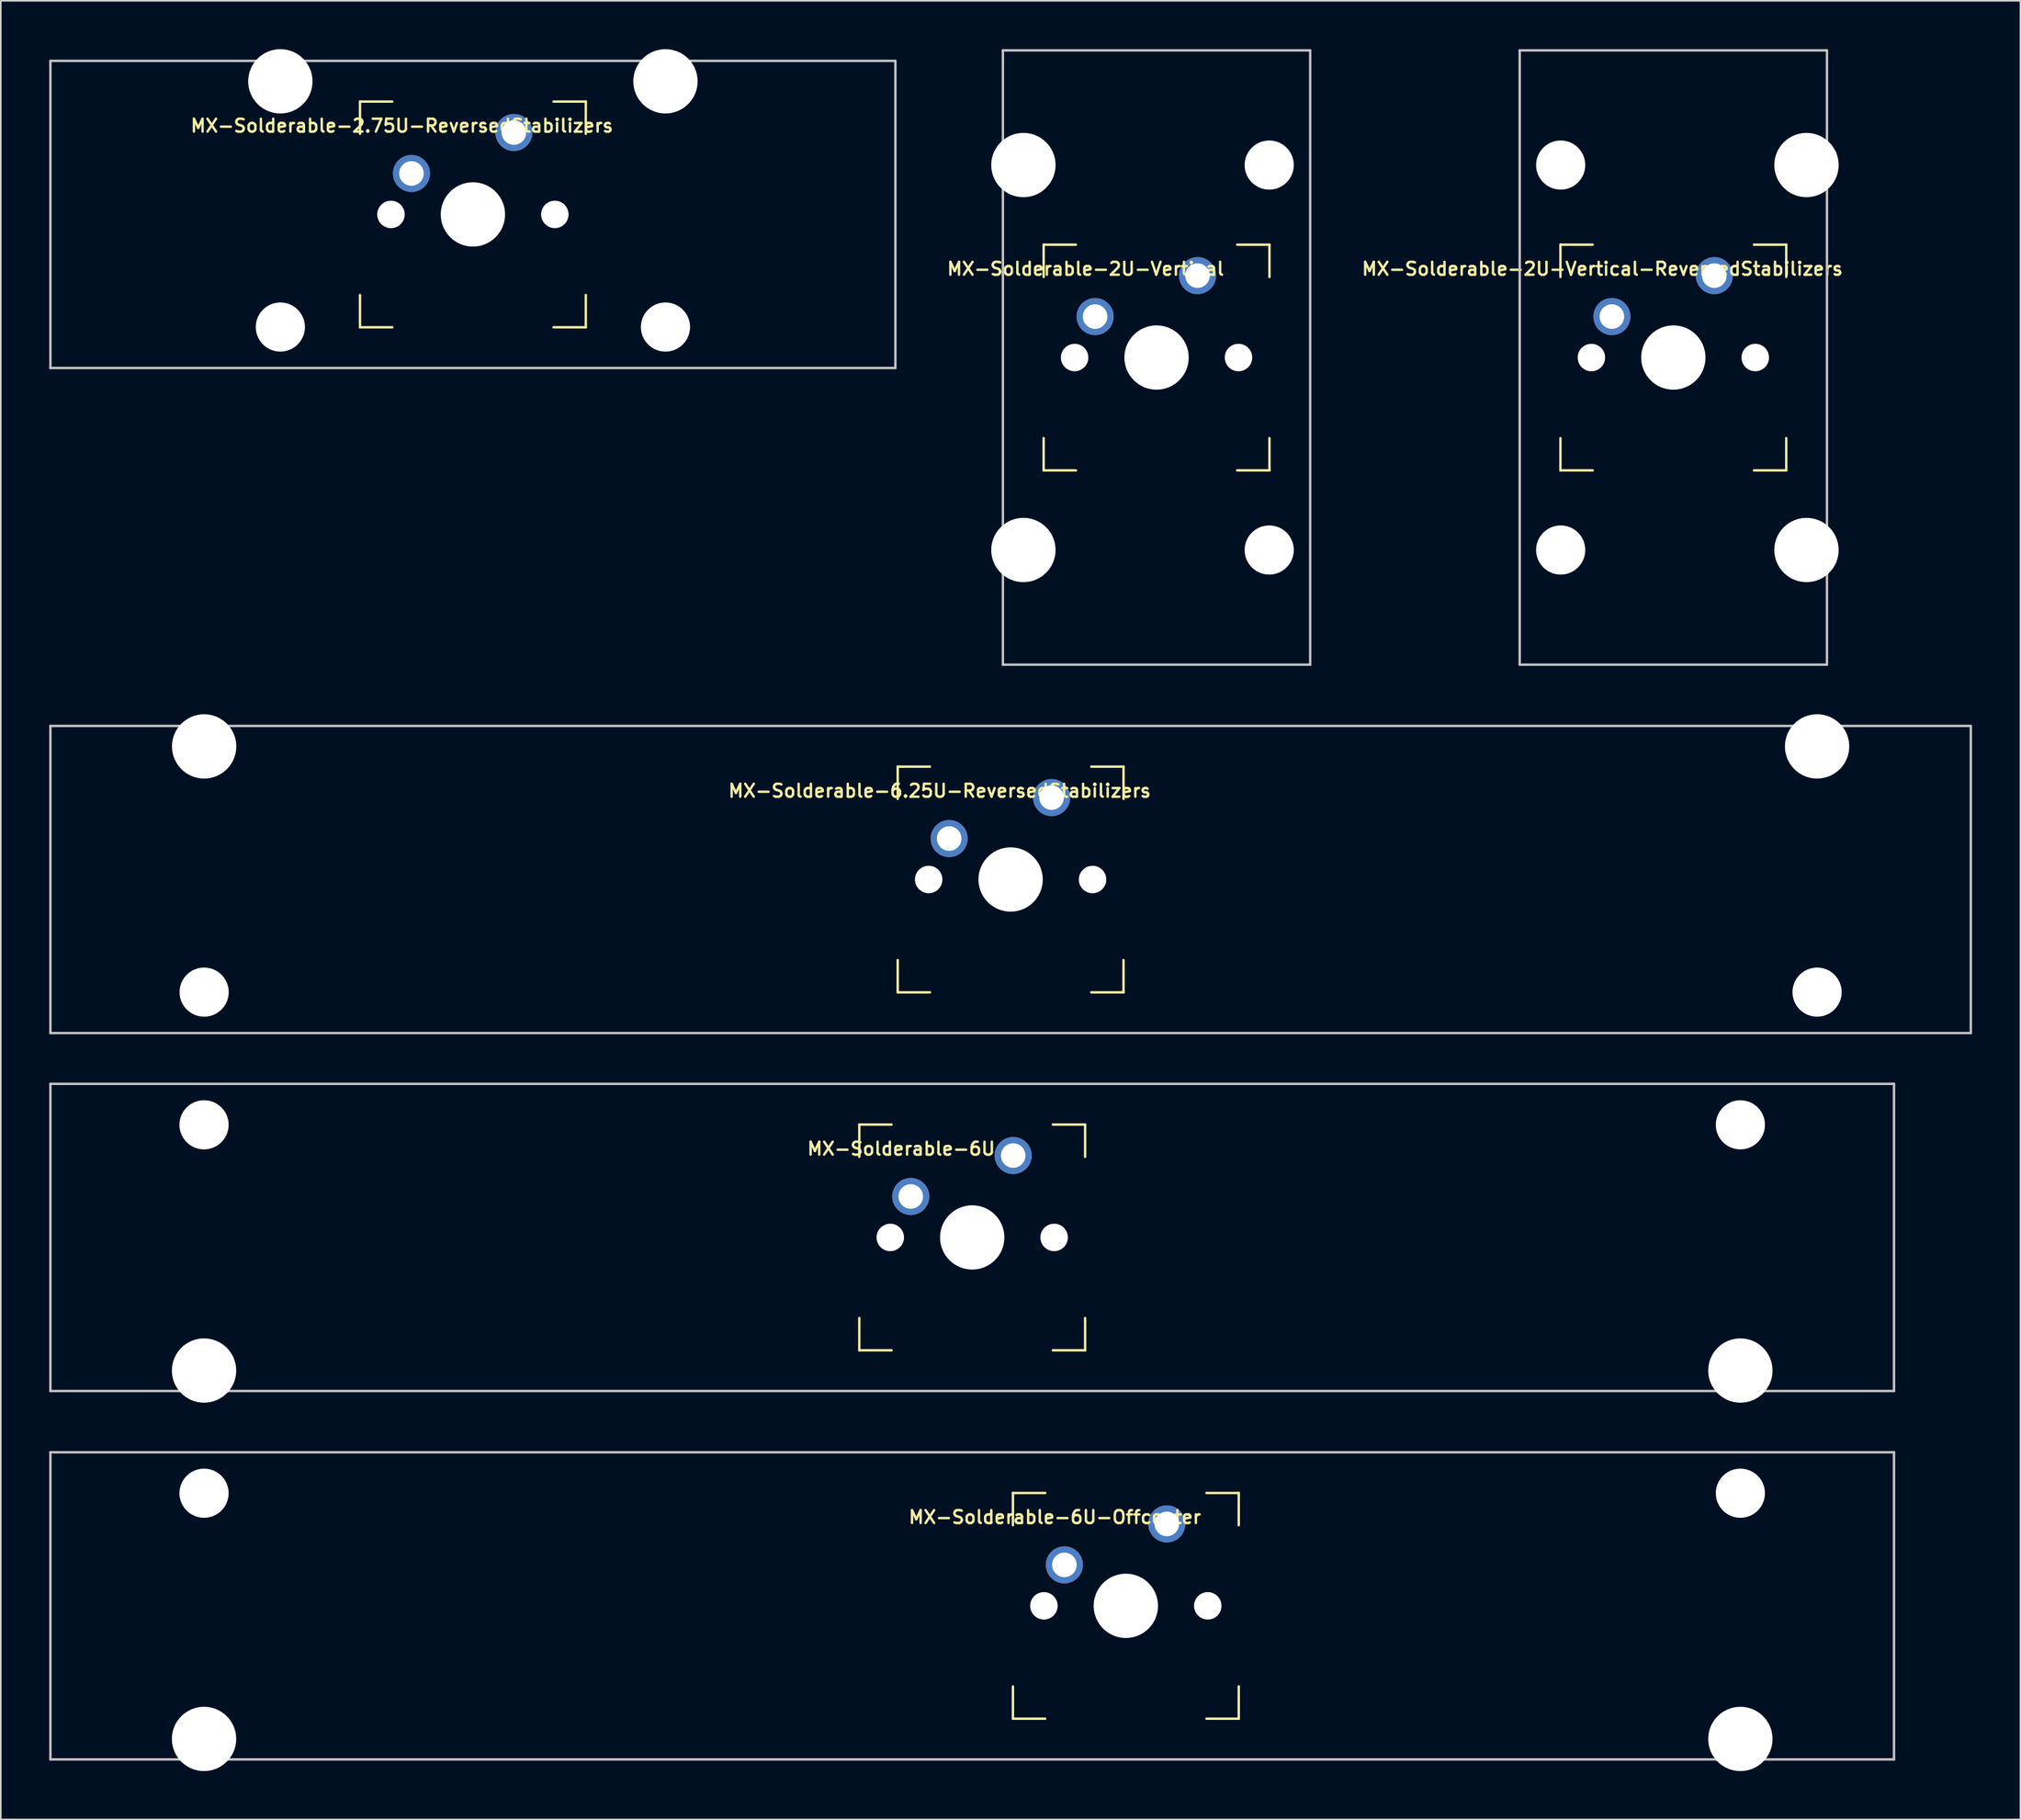
<source format=kicad_pcb>
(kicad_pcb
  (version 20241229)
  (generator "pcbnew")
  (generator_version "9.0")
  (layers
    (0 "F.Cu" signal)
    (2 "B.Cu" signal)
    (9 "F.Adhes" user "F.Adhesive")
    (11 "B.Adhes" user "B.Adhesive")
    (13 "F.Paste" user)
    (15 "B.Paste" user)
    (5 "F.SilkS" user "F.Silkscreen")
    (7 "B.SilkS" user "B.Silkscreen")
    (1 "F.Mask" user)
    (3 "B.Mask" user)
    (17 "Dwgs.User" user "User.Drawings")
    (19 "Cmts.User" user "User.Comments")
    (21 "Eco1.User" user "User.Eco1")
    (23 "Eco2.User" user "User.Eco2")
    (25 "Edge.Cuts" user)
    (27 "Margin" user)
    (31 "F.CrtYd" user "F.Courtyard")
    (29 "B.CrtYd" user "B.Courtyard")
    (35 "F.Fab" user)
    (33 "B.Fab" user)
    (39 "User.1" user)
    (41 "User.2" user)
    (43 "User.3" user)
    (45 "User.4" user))
  (footprint "MX-Solderable-6.25U-ReversedStabilizers"
    (layer "F.Cu")
    (at 59.606 51.499)
    (property "Reference" "MX-Solderable-6.25U-ReversedStabilizers" (at -4.4 -5.5 0) (layer "F.SilkS") (effects (font (size 0.8 0.8) (thickness 0.15))))
    (attr through_hole)
    (fp_line (start -7 -7) (end -7 -5) (stroke (width 0.15) (type solid)) (layer "F.SilkS"))
    (fp_line (start -7 5) (end -7 7) (stroke (width 0.15) (type solid)) (layer "F.SilkS"))
    (fp_line (start -7 7) (end -5 7) (stroke (width 0.15) (type solid)) (layer "F.SilkS"))
    (fp_line (start -5 -7) (end -7 -7) (stroke (width 0.15) (type solid)) (layer "F.SilkS"))
    (fp_line (start 5 -7) (end 7 -7) (stroke (width 0.15) (type solid)) (layer "F.SilkS"))
    (fp_line (start 5 7) (end 7 7) (stroke (width 0.15) (type solid)) (layer "F.SilkS"))
    (fp_line (start 7 -7) (end 7 -5) (stroke (width 0.15) (type solid)) (layer "F.SilkS"))
    (fp_line (start 7 7) (end 7 5) (stroke (width 0.15) (type solid)) (layer "F.SilkS"))
    (fp_line (start -59.531 9.525) (end -59.531 -9.525) (stroke (width 0.15) (type solid)) (layer "Dwgs.User"))
    (fp_line (start 59.531 -9.525) (end -59.531 -9.525) (stroke (width 0.15) (type solid)) (layer "Dwgs.User"))
    (fp_line (start 59.531 9.525) (end -59.531 9.525) (stroke (width 0.15) (type solid)) (layer "Dwgs.User"))
    (fp_line (start 59.531 9.525) (end 59.531 -9.525) (stroke (width 0.15) (type solid)) (layer "Dwgs.User"))
    (pad "" np_thru_hole circle (at -50 -8.255) (size 3.988 3.988) (drill 3.988) (layers "*.Cu" "*.Mask"))
    (pad "" np_thru_hole circle (at -50 6.985) (size 3.048 3.048) (drill 3.048) (layers "*.Cu" "*.Mask"))
    (pad "" np_thru_hole circle (at -5.08 0 48.099) (size 1.702 1.702) (drill 1.702) (layers "*.Cu" "*.Mask"))
    (pad "" np_thru_hole circle (at 0 0) (size 3.988 3.988) (drill 3.988) (layers "*.Cu" "*.Mask"))
    (pad "" np_thru_hole circle (at 5.08 0 48.099) (size 1.702 1.702) (drill 1.702) (layers "*.Cu" "*.Mask"))
    (pad "" np_thru_hole circle (at 50 -8.255) (size 3.988 3.988) (drill 3.988) (layers "*.Cu" "*.Mask"))
    (pad "" np_thru_hole circle (at 50 6.985) (size 3.048 3.048) (drill 3.048) (layers "*.Cu" "*.Mask"))
    (pad "1" thru_hole circle (at -3.81 -2.54) (size 2.3 2.3) (drill 1.524) (layers "*.Cu" "B.Mask"))
    (pad "2" thru_hole circle (at 2.54 -5.08) (size 2.3 2.3) (drill 1.524) (layers "*.Cu" "B.Mask")))
  (footprint "MX-Solderable-2U-Vertical"
    (layer "F.Cu")
    (at 68.654 19.125)
    (property "Reference" "MX-Solderable-2U-Vertical" (at -4.4 -5.5 0) (layer "F.SilkS") (effects (font (size 0.8 0.8) (thickness 0.15))))
    (attr through_hole)
    (fp_line (start -7 -7) (end -7 -5) (stroke (width 0.15) (type solid)) (layer "F.SilkS"))
    (fp_line (start -7 5) (end -7 7) (stroke (width 0.15) (type solid)) (layer "F.SilkS"))
    (fp_line (start -7 7) (end -5 7) (stroke (width 0.15) (type solid)) (layer "F.SilkS"))
    (fp_line (start -5 -7) (end -7 -7) (stroke (width 0.15) (type solid)) (layer "F.SilkS"))
    (fp_line (start 5 -7) (end 7 -7) (stroke (width 0.15) (type solid)) (layer "F.SilkS"))
    (fp_line (start 5 7) (end 7 7) (stroke (width 0.15) (type solid)) (layer "F.SilkS"))
    (fp_line (start 7 -7) (end 7 -5) (stroke (width 0.15) (type solid)) (layer "F.SilkS"))
    (fp_line (start 7 7) (end 7 5) (stroke (width 0.15) (type solid)) (layer "F.SilkS"))
    (fp_line (start -9.525 19.05) (end -9.525 -19.05) (stroke (width 0.15) (type solid)) (layer "Dwgs.User"))
    (fp_line (start 9.525 -19.05) (end -9.525 -19.05) (stroke (width 0.15) (type solid)) (layer "Dwgs.User"))
    (fp_line (start 9.525 19.05) (end -9.525 19.05) (stroke (width 0.15) (type solid)) (layer "Dwgs.User"))
    (fp_line (start 9.525 19.05) (end 9.525 -19.05) (stroke (width 0.15) (type solid)) (layer "Dwgs.User"))
    (pad "" np_thru_hole circle (at -8.255 -11.938) (size 3.988 3.988) (drill 3.988) (layers "*.Cu" "*.Mask"))
    (pad "" np_thru_hole circle (at -8.255 11.938) (size 3.988 3.988) (drill 3.988) (layers "*.Cu" "*.Mask"))
    (pad "" np_thru_hole circle (at -5.08 0 48.099) (size 1.702 1.702) (drill 1.702) (layers "*.Cu" "*.Mask"))
    (pad "" np_thru_hole circle (at 0 0) (size 3.988 3.988) (drill 3.988) (layers "*.Cu" "*.Mask"))
    (pad "" np_thru_hole circle (at 5.08 0 48.099) (size 1.702 1.702) (drill 1.702) (layers "*.Cu" "*.Mask"))
    (pad "" np_thru_hole circle (at 6.985 -11.938) (size 3.048 3.048) (drill 3.048) (layers "*.Cu" "*.Mask"))
    (pad "" np_thru_hole circle (at 6.985 11.938) (size 3.048 3.048) (drill 3.048) (layers "*.Cu" "*.Mask"))
    (pad "1" thru_hole circle (at -3.81 -2.54) (size 2.3 2.3) (drill 1.524) (layers "*.Cu" "B.Mask"))
    (pad "2" thru_hole circle (at 2.54 -5.08) (size 2.3 2.3) (drill 1.524) (layers "*.Cu" "B.Mask")))
  (footprint "MX-Solderable-6U"
    (layer "F.Cu")
    (at 57.225 73.699)
    (property "Reference" "MX-Solderable-6U" (at -4.4 -5.5 0) (layer "F.SilkS") (effects (font (size 0.8 0.8) (thickness 0.15))))
    (attr through_hole)
    (fp_line (start -7 -7) (end -7 -5) (stroke (width 0.15) (type solid)) (layer "F.SilkS"))
    (fp_line (start -7 5) (end -7 7) (stroke (width 0.15) (type solid)) (layer "F.SilkS"))
    (fp_line (start -7 7) (end -5 7) (stroke (width 0.15) (type solid)) (layer "F.SilkS"))
    (fp_line (start -5 -7) (end -7 -7) (stroke (width 0.15) (type solid)) (layer "F.SilkS"))
    (fp_line (start 5 -7) (end 7 -7) (stroke (width 0.15) (type solid)) (layer "F.SilkS"))
    (fp_line (start 5 7) (end 7 7) (stroke (width 0.15) (type solid)) (layer "F.SilkS"))
    (fp_line (start 7 -7) (end 7 -5) (stroke (width 0.15) (type solid)) (layer "F.SilkS"))
    (fp_line (start 7 7) (end 7 5) (stroke (width 0.15) (type solid)) (layer "F.SilkS"))
    (fp_line (start -57.15 9.525) (end -57.15 -9.525) (stroke (width 0.15) (type solid)) (layer "Dwgs.User"))
    (fp_line (start 57.15 -9.525) (end -57.15 -9.525) (stroke (width 0.15) (type solid)) (layer "Dwgs.User"))
    (fp_line (start 57.15 9.525) (end -57.15 9.525) (stroke (width 0.15) (type solid)) (layer "Dwgs.User"))
    (fp_line (start 57.15 9.525) (end 57.15 -9.525) (stroke (width 0.15) (type solid)) (layer "Dwgs.User"))
    (pad "" np_thru_hole circle (at -47.625 -6.985) (size 3.048 3.048) (drill 3.048) (layers "*.Cu" "*.Mask"))
    (pad "" np_thru_hole circle (at -47.625 8.255) (size 3.988 3.988) (drill 3.988) (layers "*.Cu" "*.Mask"))
    (pad "" np_thru_hole circle (at -5.08 0 48.099) (size 1.702 1.702) (drill 1.702) (layers "*.Cu" "*.Mask"))
    (pad "" np_thru_hole circle (at 0 0) (size 3.988 3.988) (drill 3.988) (layers "*.Cu" "*.Mask"))
    (pad "" np_thru_hole circle (at 5.08 0 48.099) (size 1.702 1.702) (drill 1.702) (layers "*.Cu" "*.Mask"))
    (pad "" np_thru_hole circle (at 47.625 -6.985) (size 3.048 3.048) (drill 3.048) (layers "*.Cu" "*.Mask"))
    (pad "" np_thru_hole circle (at 47.625 8.255) (size 3.988 3.988) (drill 3.988) (layers "*.Cu" "*.Mask"))
    (pad "1" thru_hole circle (at -3.81 -2.54) (size 2.3 2.3) (drill 1.524) (layers "*.Cu" "B.Mask"))
    (pad "2" thru_hole circle (at 2.54 -5.08) (size 2.3 2.3) (drill 1.524) (layers "*.Cu" "B.Mask")))
  (footprint "MX-Solderable-2U-Vertical-ReversedStabilizers"
    (layer "F.Cu")
    (at 100.694 19.125)
    (property "Reference" "MX-Solderable-2U-Vertical-ReversedStabilizers" (at -4.4 -5.5 0) (layer "F.SilkS") (effects (font (size 0.8 0.8) (thickness 0.15))))
    (attr through_hole)
    (fp_line (start -7 -7) (end -7 -5) (stroke (width 0.15) (type solid)) (layer "F.SilkS"))
    (fp_line (start -7 5) (end -7 7) (stroke (width 0.15) (type solid)) (layer "F.SilkS"))
    (fp_line (start -7 7) (end -5 7) (stroke (width 0.15) (type solid)) (layer "F.SilkS"))
    (fp_line (start -5 -7) (end -7 -7) (stroke (width 0.15) (type solid)) (layer "F.SilkS"))
    (fp_line (start 5 -7) (end 7 -7) (stroke (width 0.15) (type solid)) (layer "F.SilkS"))
    (fp_line (start 5 7) (end 7 7) (stroke (width 0.15) (type solid)) (layer "F.SilkS"))
    (fp_line (start 7 -7) (end 7 -5) (stroke (width 0.15) (type solid)) (layer "F.SilkS"))
    (fp_line (start 7 7) (end 7 5) (stroke (width 0.15) (type solid)) (layer "F.SilkS"))
    (fp_line (start -9.525 19.05) (end -9.525 -19.05) (stroke (width 0.15) (type solid)) (layer "Dwgs.User"))
    (fp_line (start 9.525 -19.05) (end -9.525 -19.05) (stroke (width 0.15) (type solid)) (layer "Dwgs.User"))
    (fp_line (start 9.525 19.05) (end -9.525 19.05) (stroke (width 0.15) (type solid)) (layer "Dwgs.User"))
    (fp_line (start 9.525 19.05) (end 9.525 -19.05) (stroke (width 0.15) (type solid)) (layer "Dwgs.User"))
    (pad "" np_thru_hole circle (at -6.985 -11.938) (size 3.048 3.048) (drill 3.048) (layers "*.Cu" "*.Mask"))
    (pad "" np_thru_hole circle (at -6.985 11.938) (size 3.048 3.048) (drill 3.048) (layers "*.Cu" "*.Mask"))
    (pad "" np_thru_hole circle (at -5.08 0 48.099) (size 1.702 1.702) (drill 1.702) (layers "*.Cu" "*.Mask"))
    (pad "" np_thru_hole circle (at 0 0) (size 3.988 3.988) (drill 3.988) (layers "*.Cu" "*.Mask"))
    (pad "" np_thru_hole circle (at 5.08 0 48.099) (size 1.702 1.702) (drill 1.702) (layers "*.Cu" "*.Mask"))
    (pad "" np_thru_hole circle (at 8.255 -11.938) (size 3.988 3.988) (drill 3.988) (layers "*.Cu" "*.Mask"))
    (pad "" np_thru_hole circle (at 8.255 11.938) (size 3.988 3.988) (drill 3.988) (layers "*.Cu" "*.Mask"))
    (pad "1" thru_hole circle (at -3.81 -2.54) (size 2.3 2.3) (drill 1.524) (layers "*.Cu" "B.Mask"))
    (pad "2" thru_hole circle (at 2.54 -5.08) (size 2.3 2.3) (drill 1.524) (layers "*.Cu" "B.Mask")))
  (footprint "MX-Solderable-6U-Offcenter"
    (layer "F.Cu")
    (at 66.75 96.548)
    (property "Reference" "MX-Solderable-6U-Offcenter" (at -4.4 -5.5 0) (layer "F.SilkS") (effects (font (size 0.8 0.8) (thickness 0.15))))
    (attr through_hole)
    (fp_line (start -7 -7) (end -7 -5) (stroke (width 0.15) (type solid)) (layer "F.SilkS"))
    (fp_line (start -7 5) (end -7 7) (stroke (width 0.15) (type solid)) (layer "F.SilkS"))
    (fp_line (start -7 7) (end -5 7) (stroke (width 0.15) (type solid)) (layer "F.SilkS"))
    (fp_line (start -5 -7) (end -7 -7) (stroke (width 0.15) (type solid)) (layer "F.SilkS"))
    (fp_line (start 5 -7) (end 7 -7) (stroke (width 0.15) (type solid)) (layer "F.SilkS"))
    (fp_line (start 5 7) (end 7 7) (stroke (width 0.15) (type solid)) (layer "F.SilkS"))
    (fp_line (start 7 -7) (end 7 -5) (stroke (width 0.15) (type solid)) (layer "F.SilkS"))
    (fp_line (start 7 7) (end 7 5) (stroke (width 0.15) (type solid)) (layer "F.SilkS"))
    (fp_line (start -66.675 -9.525) (end 47.625 -9.525) (stroke (width 0.15) (type solid)) (layer "Dwgs.User"))
    (fp_line (start -66.675 9.525) (end -66.675 -9.525) (stroke (width 0.15) (type solid)) (layer "Dwgs.User"))
    (fp_line (start -66.675 9.525) (end 47.625 9.525) (stroke (width 0.15) (type solid)) (layer "Dwgs.User"))
    (fp_line (start 47.625 9.525) (end 47.625 -9.525) (stroke (width 0.15) (type solid)) (layer "Dwgs.User"))
    (pad "" np_thru_hole circle (at -57.15 -6.985) (size 3.048 3.048) (drill 3.048) (layers "*.Cu" "*.Mask"))
    (pad "" np_thru_hole circle (at -57.15 8.255) (size 3.988 3.988) (drill 3.988) (layers "*.Cu" "*.Mask"))
    (pad "" np_thru_hole circle (at -5.08 0 48.099) (size 1.702 1.702) (drill 1.702) (layers "*.Cu" "*.Mask"))
    (pad "" np_thru_hole circle (at 0 0) (size 3.988 3.988) (drill 3.988) (layers "*.Cu" "*.Mask"))
    (pad "" np_thru_hole circle (at 5.08 0 48.099) (size 1.702 1.702) (drill 1.702) (layers "*.Cu" "*.Mask"))
    (pad "" np_thru_hole circle (at 38.1 -6.985) (size 3.048 3.048) (drill 3.048) (layers "*.Cu" "*.Mask"))
    (pad "" np_thru_hole circle (at 38.1 8.255) (size 3.988 3.988) (drill 3.988) (layers "*.Cu" "*.Mask"))
    (pad "1" thru_hole circle (at -3.81 -2.54) (size 2.3 2.3) (drill 1.524) (layers "*.Cu" "B.Mask"))
    (pad "2" thru_hole circle (at 2.54 -5.08) (size 2.3 2.3) (drill 1.524) (layers "*.Cu" "B.Mask")))
  (footprint "MX-Solderable-2.75U-ReversedStabilizers"
    (layer "F.Cu")
    (at 26.269 10.249)
    (property "Reference" "MX-Solderable-2.75U-ReversedStabilizers" (at -4.4 -5.5 0) (layer "F.SilkS") (effects (font (size 0.8 0.8) (thickness 0.15))))
    (attr through_hole)
    (fp_line (start -7 -7) (end -7 -5) (stroke (width 0.15) (type solid)) (layer "F.SilkS"))
    (fp_line (start -7 5) (end -7 7) (stroke (width 0.15) (type solid)) (layer "F.SilkS"))
    (fp_line (start -7 7) (end -5 7) (stroke (width 0.15) (type solid)) (layer "F.SilkS"))
    (fp_line (start -5 -7) (end -7 -7) (stroke (width 0.15) (type solid)) (layer "F.SilkS"))
    (fp_line (start 5 -7) (end 7 -7) (stroke (width 0.15) (type solid)) (layer "F.SilkS"))
    (fp_line (start 5 7) (end 7 7) (stroke (width 0.15) (type solid)) (layer "F.SilkS"))
    (fp_line (start 7 -7) (end 7 -5) (stroke (width 0.15) (type solid)) (layer "F.SilkS"))
    (fp_line (start 7 7) (end 7 5) (stroke (width 0.15) (type solid)) (layer "F.SilkS"))
    (fp_line (start -26.194 9.525) (end -26.194 -9.525) (stroke (width 0.15) (type solid)) (layer "Dwgs.User"))
    (fp_line (start 26.194 -9.525) (end -26.194 -9.525) (stroke (width 0.15) (type solid)) (layer "Dwgs.User"))
    (fp_line (start 26.194 9.525) (end -26.194 9.525) (stroke (width 0.15) (type solid)) (layer "Dwgs.User"))
    (fp_line (start 26.194 9.525) (end 26.194 -9.525) (stroke (width 0.15) (type solid)) (layer "Dwgs.User"))
    (pad "" np_thru_hole circle (at -11.938 -8.255) (size 3.988 3.988) (drill 3.988) (layers "*.Cu" "*.Mask"))
    (pad "" np_thru_hole circle (at -11.938 6.985) (size 3.048 3.048) (drill 3.048) (layers "*.Cu" "*.Mask"))
    (pad "" np_thru_hole circle (at -5.08 0 48.099) (size 1.702 1.702) (drill 1.702) (layers "*.Cu" "*.Mask"))
    (pad "" np_thru_hole circle (at 0 0) (size 3.988 3.988) (drill 3.988) (layers "*.Cu" "*.Mask"))
    (pad "" np_thru_hole circle (at 5.08 0 48.099) (size 1.702 1.702) (drill 1.702) (layers "*.Cu" "*.Mask"))
    (pad "" np_thru_hole circle (at 11.938 -8.255) (size 3.988 3.988) (drill 3.988) (layers "*.Cu" "*.Mask"))
    (pad "" np_thru_hole circle (at 11.938 6.985) (size 3.048 3.048) (drill 3.048) (layers "*.Cu" "*.Mask"))
    (pad "1" thru_hole circle (at -3.81 -2.54) (size 2.3 2.3) (drill 1.524) (layers "*.Cu" "B.Mask"))
    (pad "2" thru_hole circle (at 2.54 -5.08) (size 2.3 2.3) (drill 1.524) (layers "*.Cu" "B.Mask")))
  (gr_rect
    (start -3 -3)
    (end 122.213 109.797)
    (stroke (width 0.1) (type default))
    (fill no)
    (layer "Edge.Cuts")))
</source>
